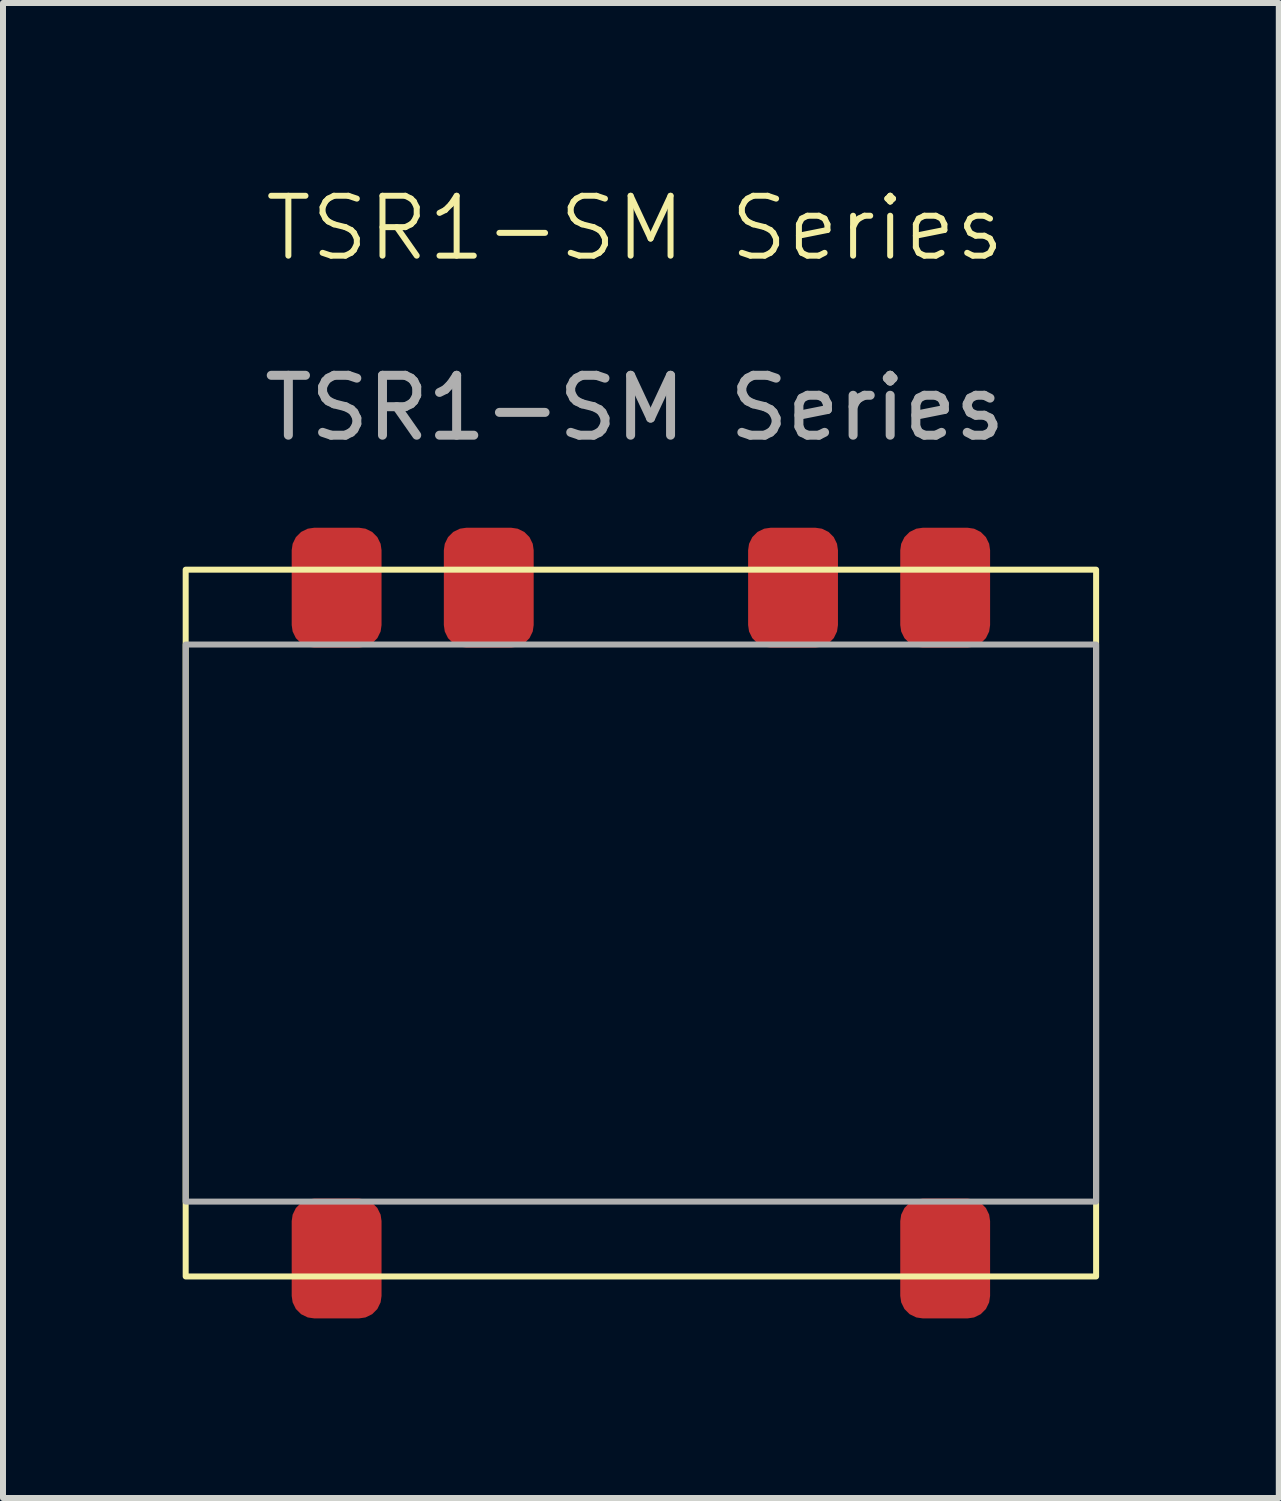
<source format=kicad_pcb>
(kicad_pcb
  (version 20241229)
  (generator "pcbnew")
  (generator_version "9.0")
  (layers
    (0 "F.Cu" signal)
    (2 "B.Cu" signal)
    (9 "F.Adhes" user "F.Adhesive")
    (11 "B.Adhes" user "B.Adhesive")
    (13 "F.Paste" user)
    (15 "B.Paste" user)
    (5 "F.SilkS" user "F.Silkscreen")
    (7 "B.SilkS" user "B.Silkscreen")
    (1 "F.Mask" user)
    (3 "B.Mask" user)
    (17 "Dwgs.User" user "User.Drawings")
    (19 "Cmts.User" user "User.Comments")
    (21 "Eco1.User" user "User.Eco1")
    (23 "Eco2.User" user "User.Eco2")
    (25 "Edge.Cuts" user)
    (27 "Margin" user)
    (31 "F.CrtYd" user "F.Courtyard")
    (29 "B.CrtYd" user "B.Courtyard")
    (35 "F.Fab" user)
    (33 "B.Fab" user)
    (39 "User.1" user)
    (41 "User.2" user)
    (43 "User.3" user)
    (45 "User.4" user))
  (footprint "TSR1-SM Series"
    (layer "F.Cu")
    (at 7.65 12.361)
    (property "Reference" "TSR1-SM Series" (at -0.1 -11.6 0) (unlocked yes) (layer "F.SilkS") (effects (font (size 1 1) (thickness 0.1))))
    (attr smd)
    (fp_rect (start -7.6 -5.9) (end 7.6 5.9) (stroke (width 0.1) (type default)) (fill no) (layer "F.SilkS"))
    (fp_rect (start -7.6 -4.65) (end 7.6 4.65) (stroke (width 0.1) (type default)) (fill no) (layer "F.Fab"))
    (fp_text user "${REFERENCE}" (at -0.1 -8.6 0) (unlocked yes) (layer "F.Fab") (effects (font (size 1 1) (thickness 0.15))))
    (pad "1" smd roundrect (at -5.08 5.6) (size 1.5 2) (layers "F.Cu" "F.Mask" "F.Paste") (roundrect_rratio 0.25))
    (pad "5" smd roundrect (at 5.08 5.6) (size 1.5 2) (layers "F.Cu" "F.Mask" "F.Paste") (roundrect_rratio 0.25))
    (pad "6" smd roundrect (at 5.08 -5.6) (size 1.5 2) (layers "F.Cu" "F.Mask" "F.Paste") (roundrect_rratio 0.25))
    (pad "7" smd roundrect (at 2.54 -5.6) (size 1.5 2) (layers "F.Cu" "F.Mask" "F.Paste") (roundrect_rratio 0.25))
    (pad "9" smd roundrect (at -2.54 -5.6) (size 1.5 2) (layers "F.Cu" "F.Mask" "F.Paste") (roundrect_rratio 0.25))
    (pad "10" smd roundrect (at -5.08 -5.6) (size 1.5 2) (layers "F.Cu" "F.Mask" "F.Paste") (roundrect_rratio 0.25)))
  (gr_rect
    (start -3 -3)
    (end 18.3 21.96)
    (stroke (width 0.1) (type default))
    (fill no)
    (layer "Edge.Cuts")))
</source>
